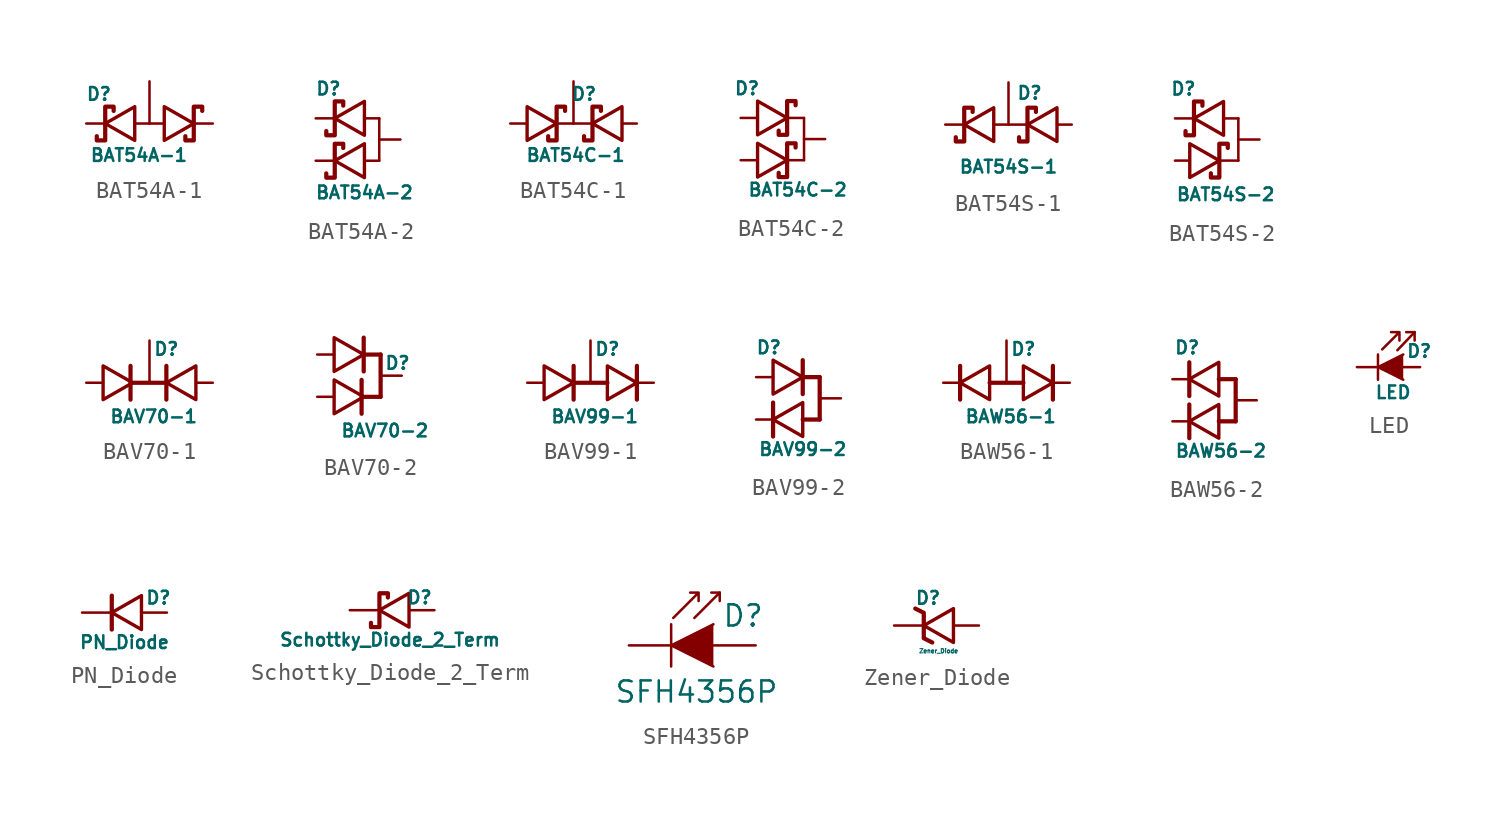
<source format=kicad_sym>
(kicad_symbol_lib
  (version 20200126)
  (host kicad_symbol_editor "(5.99.0-2908-g9a4f92dfd9)")
  (symbol "Bobs_Diodes:BAT54A-1"
    (pin_numbers hide)
    (pin_names hide)
    (property "Reference" "D"
      (at -3.048 1.778 0)
      (effects (font (size 0.762 0.762))))
    (property "Value" "BAT54A-1"
      (at -0.635 -1.905 0)
      (effects (font (size 0.762 0.762))))
    (symbol "BAT54A-1_0_1"
      (polyline (pts (xy -0.889 0) (xy 0.889 0)) (stroke (width 0)) (fill (type none)))
      (polyline (pts (xy -0.889 -1.016) (xy -0.889 1.016) (xy -2.667 0) (xy -0.889 -1.016)) (stroke (width 0.203)) (fill (type none)))
      (polyline (pts (xy -3.175 -0.762) (xy -3.175 -1.016) (xy -2.667 -1.016) (xy -2.667 1.016) (xy -2.159 1.016) (xy -2.159 0.762)) (stroke (width 0.254)) (fill (type none))))
    (symbol "BAT54A-1_1_1"
      (polyline (pts (xy 0.889 1.016) (xy 0.889 -1.016) (xy 2.667 0) (xy 0.889 1.016)) (stroke (width 0.203)) (fill (type none)))
      (polyline (pts (xy 3.175 0.762) (xy 3.175 1.016) (xy 2.667 1.016) (xy 2.667 -1.016) (xy 2.159 -1.016) (xy 2.159 -0.762)) (stroke (width 0.254)) (fill (type none)))
      (pin passive line (at 3.81 0 180) (length 1.016) (name "Cathode" (effects (font (size 0.762 0.762)))) (number "1" (effects (font (size 0.762 0.762)))))
      (pin passive line (at -3.81 0 0) (length 1.016) (name "Cathode" (effects (font (size 0.762 0.762)))) (number "2" (effects (font (size 0.762 0.762)))))
      (pin passive line (at 0 2.54 270) (length 2.54) (name "Common" (effects (font (size 0.762 0.762)))) (number "3" (effects (font (size 0.762 0.762)))))))
  (symbol "Bobs_Diodes:BAT54A-2"
    (pin_numbers hide)
    (pin_names hide)
    (property "Reference" "D"
      (at -3.048 1.778 0)
      (effects (font (size 0.762 0.762))))
    (property "Value" "BAT54A-2"
      (at -0.889 -4.445 0)
      (effects (font (size 0.762 0.762))))
    (symbol "BAT54A-2_0_1"
      (polyline (pts (xy -0.889 0) (xy 0 0)) (stroke (width 0)) (fill (type none)))
      (polyline (pts (xy 0 -2.54) (xy -0.889 -2.54)) (stroke (width 0)) (fill (type none)))
      (polyline (pts (xy 0 0) (xy 0 -2.54)) (stroke (width 0)) (fill (type none)))
      (polyline (pts (xy -0.889 -1.016) (xy -0.889 1.016) (xy -2.667 0) (xy -0.889 -1.016)) (stroke (width 0.203)) (fill (type none)))
      (polyline (pts (xy -3.175 -0.762) (xy -3.175 -1.016) (xy -2.667 -1.016) (xy -2.667 1.016) (xy -2.159 1.016) (xy -2.159 0.762)) (stroke (width 0.254)) (fill (type none))))
    (symbol "BAT54A-2_1_1"
      (polyline (pts (xy -0.889 -3.556) (xy -0.889 -1.524) (xy -2.667 -2.54) (xy -0.889 -3.556)) (stroke (width 0.203)) (fill (type none)))
      (polyline (pts (xy -3.175 -3.302) (xy -3.175 -3.556) (xy -2.667 -3.556) (xy -2.667 -1.524) (xy -2.159 -1.524) (xy -2.159 -1.778)) (stroke (width 0.254)) (fill (type none)))
      (pin passive line (at -3.81 -2.54 0) (length 1.016) (name "Cathode" (effects (font (size 0.762 0.762)))) (number "1" (effects (font (size 0.762 0.762)))))
      (pin passive line (at -3.81 0 0) (length 1.016) (name "Cathode" (effects (font (size 0.762 0.762)))) (number "2" (effects (font (size 0.762 0.762)))))
      (pin passive line (at 1.27 -1.27 180) (length 1.27) (name "Common" (effects (font (size 0.762 0.762)))) (number "3" (effects (font (size 0.762 0.762)))))))
  (symbol "Bobs_Diodes:BAT54C-1"
    (pin_numbers hide)
    (pin_names hide)
    (property "Reference" "D"
      (at 0.635 1.778 0)
      (effects (font (size 0.762 0.762))))
    (property "Value" "BAT54C-1"
      (at 0.127 -1.905 0)
      (effects (font (size 0.762 0.762))))
    (symbol "BAT54C-1_0_1"
      (polyline (pts (xy -0.889 0) (xy 1.143 0)) (stroke (width 0)) (fill (type none)))
      (polyline (pts (xy -2.794 1.016) (xy -2.794 -1.016) (xy -1.016 0) (xy -2.794 1.016)) (stroke (width 0.203)) (fill (type none)))
      (polyline (pts (xy -0.508 0.762) (xy -0.508 1.016) (xy -1.016 1.016) (xy -1.016 -1.016) (xy -1.524 -1.016) (xy -1.524 -0.762)) (stroke (width 0.254)) (fill (type none))))
    (symbol "BAT54C-1_1_1"
      (polyline (pts (xy 2.921 -1.016) (xy 2.921 1.016) (xy 1.143 0) (xy 2.921 -1.016)) (stroke (width 0.203)) (fill (type none)))
      (polyline (pts (xy 0.635 -0.762) (xy 0.635 -1.016) (xy 1.143 -1.016) (xy 1.143 1.016) (xy 1.651 1.016) (xy 1.651 0.762)) (stroke (width 0.254)) (fill (type none)))
      (pin passive line (at 3.81 0 180) (length 0.889) (name "Anode" (effects (font (size 0.762 0.762)))) (number "1" (effects (font (size 0.762 0.762)))))
      (pin passive line (at -3.81 0 0) (length 1.016) (name "Anode" (effects (font (size 0.762 0.762)))) (number "2" (effects (font (size 0.762 0.762)))))
      (pin passive line (at 0 2.54 270) (length 2.54) (name "Common" (effects (font (size 0.762 0.762)))) (number "3" (effects (font (size 0.762 0.762)))))))
  (symbol "Bobs_Diodes:BAT54C-2"
    (pin_numbers hide)
    (pin_names hide)
    (property "Reference" "D"
      (at -3.429 1.778 0)
      (effects (font (size 0.762 0.762))))
    (property "Value" "BAT54C-2"
      (at -0.381 -4.318 0)
      (effects (font (size 0.762 0.762))))
    (symbol "BAT54C-2_0_1"
      (polyline (pts (xy -0.889 -2.54) (xy 0 -2.54)) (stroke (width 0)) (fill (type none)))
      (polyline (pts (xy -0.889 0) (xy 0 0)) (stroke (width 0)) (fill (type none)))
      (polyline (pts (xy 0 -2.54) (xy 0 0)) (stroke (width 0)) (fill (type none)))
      (polyline (pts (xy -2.794 1.016) (xy -2.794 -1.016) (xy -1.016 0) (xy -2.794 1.016)) (stroke (width 0.203)) (fill (type none)))
      (polyline (pts (xy -0.508 0.762) (xy -0.508 1.016) (xy -1.016 1.016) (xy -1.016 -1.016) (xy -1.524 -1.016) (xy -1.524 -0.762)) (stroke (width 0.254)) (fill (type none))))
    (symbol "BAT54C-2_1_1"
      (polyline (pts (xy -2.794 -1.524) (xy -2.794 -3.556) (xy -1.016 -2.54) (xy -2.794 -1.524)) (stroke (width 0.203)) (fill (type none)))
      (polyline (pts (xy -0.508 -1.778) (xy -0.508 -1.524) (xy -1.016 -1.524) (xy -1.016 -3.556) (xy -1.524 -3.556) (xy -1.524 -3.302)) (stroke (width 0.254)) (fill (type none)))
      (pin passive line (at -3.81 -2.54 0) (length 0.889) (name "Anode" (effects (font (size 0.762 0.762)))) (number "1" (effects (font (size 0.762 0.762)))))
      (pin passive line (at -3.81 0 0) (length 1.016) (name "Anode" (effects (font (size 0.762 0.762)))) (number "2" (effects (font (size 0.762 0.762)))))
      (pin passive line (at 1.27 -1.27 180) (length 1.27) (name "Common" (effects (font (size 0.762 0.762)))) (number "3" (effects (font (size 0.762 0.762)))))))
  (symbol "Bobs_Diodes:BAT54S-1"
    (pin_numbers hide)
    (pin_names hide)
    (property "Reference" "D"
      (at 1.27 1.905 0)
      (effects (font (size 0.762 0.762))))
    (property "Value" "BAT54S-1"
      (at 0 -2.54 0)
      (effects (font (size 0.762 0.762))))
    (symbol "BAT54S-1_0_1"
      (polyline (pts (xy -0.889 0) (xy 1.143 0)) (stroke (width 0)) (fill (type none)))
      (polyline (pts (xy -0.889 -1.016) (xy -0.889 1.016) (xy -2.667 0) (xy -0.889 -1.016)) (stroke (width 0.203)) (fill (type none)))
      (polyline (pts (xy -3.175 -0.762) (xy -3.175 -1.016) (xy -2.667 -1.016) (xy -2.667 1.016) (xy -2.159 1.016) (xy -2.159 0.762)) (stroke (width 0.254)) (fill (type none))))
    (symbol "BAT54S-1_1_1"
      (polyline (pts (xy 2.921 -1.016) (xy 2.921 1.016) (xy 1.143 0) (xy 2.921 -1.016)) (stroke (width 0.203)) (fill (type none)))
      (polyline (pts (xy 0.635 -0.762) (xy 0.635 -1.016) (xy 1.143 -1.016) (xy 1.143 1.016) (xy 1.651 1.016) (xy 1.651 0.762)) (stroke (width 0.254)) (fill (type none)))
      (pin passive line (at 3.81 0 180) (length 0.889) (name "Anode" (effects (font (size 0.762 0.762)))) (number "1" (effects (font (size 0.762 0.762)))))
      (pin passive line (at -3.81 0 0) (length 1.016) (name "Cathode" (effects (font (size 0.762 0.762)))) (number "2" (effects (font (size 0.762 0.762)))))
      (pin passive line (at 0 2.54 270) (length 2.54) (name "Common" (effects (font (size 0.762 0.762)))) (number "3" (effects (font (size 0.762 0.762)))))))
  (symbol "Bobs_Diodes:BAT54S-2"
    (pin_numbers hide)
    (pin_names hide)
    (property "Reference" "D"
      (at -3.302 1.778 0)
      (effects (font (size 0.762 0.762))))
    (property "Value" "BAT54S-2"
      (at -0.762 -4.572 0)
      (effects (font (size 0.762 0.762))))
    (symbol "BAT54S-2_0_1"
      (polyline (pts (xy -1.27 -2.54) (xy 0 -2.54)) (stroke (width 0)) (fill (type none)))
      (polyline (pts (xy -0.889 0) (xy 0 0)) (stroke (width 0)) (fill (type none)))
      (polyline (pts (xy 0 -2.54) (xy 0 0)) (stroke (width 0)) (fill (type none)))
      (polyline (pts (xy -0.889 -1.016) (xy -0.889 1.016) (xy -2.667 0) (xy -0.889 -1.016)) (stroke (width 0.203)) (fill (type none)))
      (polyline (pts (xy -3.175 -0.762) (xy -3.175 -1.016) (xy -2.667 -1.016) (xy -2.667 1.016) (xy -2.159 1.016) (xy -2.159 0.762)) (stroke (width 0.254)) (fill (type none))))
    (symbol "BAT54S-2_1_1"
      (polyline (pts (xy -2.921 -1.524) (xy -2.921 -3.556) (xy -1.143 -2.54) (xy -2.921 -1.524)) (stroke (width 0.203)) (fill (type none)))
      (polyline (pts (xy -0.635 -1.778) (xy -0.635 -1.524) (xy -1.143 -1.524) (xy -1.143 -3.556) (xy -1.651 -3.556) (xy -1.651 -3.302)) (stroke (width 0.254)) (fill (type none)))
      (pin passive line (at -3.81 -2.54 0) (length 0.889) (name "Anode" (effects (font (size 0.762 0.762)))) (number "1" (effects (font (size 0.762 0.762)))))
      (pin passive line (at -3.81 0 0) (length 1.016) (name "Cathode" (effects (font (size 0.762 0.762)))) (number "2" (effects (font (size 0.762 0.762)))))
      (pin passive line (at 1.27 -1.27 180) (length 1.27) (name "Common" (effects (font (size 0.762 0.762)))) (number "3" (effects (font (size 0.762 0.762)))))))
  (symbol "Bobs_Diodes:BAV70-1"
    (pin_numbers hide)
    (pin_names hide)
    (property "Reference" "D"
      (at 4.826 2.032 0)
      (effects (font (size 0.762 0.762))))
    (property "Value" "BAV70-1"
      (at 4.064 -2.032 0)
      (effects (font (size 0.762 0.762))))
    (symbol "BAV70-1_0_1"
      (polyline (pts (xy 2.794 0) (xy 4.826 0)) (stroke (width 0.254)) (fill (type none)))
      (polyline (pts (xy 4.826 -1.016) (xy 4.826 1.016)) (stroke (width 0.254)) (fill (type none)))
      (polyline (pts (xy 1.016 -1.016) (xy 1.016 1.016) (xy 2.794 0) (xy 1.016 -1.016)) (stroke (width 0.203)) (fill (type none))))
    (symbol "BAV70-1_1_1"
      (polyline (pts (xy 2.667 -1.016) (xy 2.667 1.016)) (stroke (width 0.254)) (fill (type none)))
      (polyline (pts (xy 6.604 -1.016) (xy 6.604 1.016) (xy 4.826 0) (xy 6.604 -1.016)) (stroke (width 0.203)) (fill (type none)))
      (pin passive line (at 0 0 0) (length 1.016) (name "Anode" (effects (font (size 0.762 0.762)))) (number "1" (effects (font (size 0.762 0.762)))))
      (pin passive line (at 7.62 0 180) (length 1.016) (name "Anode" (effects (font (size 0.762 0.762)))) (number "2" (effects (font (size 0.762 0.762)))))
      (pin passive line (at 3.81 2.54 270) (length 2.54) (name "Common" (effects (font (size 0.762 0.762)))) (number "3" (effects (font (size 0.762 0.762)))))))
  (symbol "Bobs_Diodes:BAV70-2"
    (pin_numbers hide)
    (pin_names hide)
    (property "Reference" "D"
      (at 4.826 2.032 0)
      (effects (font (size 0.762 0.762))))
    (property "Value" "BAV70-2"
      (at 4.064 -2.032 0)
      (effects (font (size 0.762 0.762))))
    (symbol "BAV70-2_0_1"
      (polyline (pts (xy 2.794 0) (xy 3.81 0)) (stroke (width 0.254)) (fill (type none)))
      (polyline (pts (xy 2.794 2.54) (xy 3.81 2.54)) (stroke (width 0.254)) (fill (type none)))
      (polyline (pts (xy 2.794 3.556) (xy 2.794 1.524)) (stroke (width 0.254)) (fill (type none)))
      (polyline (pts (xy 3.81 0) (xy 3.81 2.54)) (stroke (width 0.254)) (fill (type none)))
      (polyline (pts (xy 1.016 -1.016) (xy 1.016 1.016) (xy 2.794 0) (xy 1.016 -1.016)) (stroke (width 0.203)) (fill (type none))))
    (symbol "BAV70-2_1_1"
      (polyline (pts (xy 2.667 -1.016) (xy 2.667 1.016)) (stroke (width 0.254)) (fill (type none)))
      (polyline (pts (xy 1.016 3.556) (xy 1.016 1.524) (xy 2.794 2.54) (xy 1.016 3.556)) (stroke (width 0.203)) (fill (type none)))
      (pin passive line (at 0 0 0) (length 1.016) (name "Anode" (effects (font (size 0.762 0.762)))) (number "1" (effects (font (size 0.762 0.762)))))
      (pin passive line (at 0 2.54 0) (length 1.016) (name "Anode" (effects (font (size 0.762 0.762)))) (number "2" (effects (font (size 0.762 0.762)))))
      (pin passive line (at 5.08 1.27 180) (length 1.27) (name "Common" (effects (font (size 0.762 0.762)))) (number "3" (effects (font (size 0.762 0.762)))))))
  (symbol "Bobs_Diodes:BAV99-1"
    (pin_numbers hide)
    (pin_names hide)
    (property "Reference" "D"
      (at 4.826 2.032 0)
      (effects (font (size 0.762 0.762))))
    (property "Value" "BAV99-1"
      (at 4.064 -2.032 0)
      (effects (font (size 0.762 0.762))))
    (symbol "BAV99-1_0_1"
      (polyline (pts (xy 2.794 0) (xy 4.826 0)) (stroke (width 0.254)) (fill (type none)))
      (polyline (pts (xy 6.604 -1.016) (xy 6.604 1.016)) (stroke (width 0.254)) (fill (type none)))
      (polyline (pts (xy 4.826 -1.016) (xy 4.826 1.016) (xy 6.604 0) (xy 4.826 -1.016)) (stroke (width 0.203)) (fill (type none))))
    (symbol "BAV99-1_1_1"
      (polyline (pts (xy 2.794 -1.016) (xy 2.794 1.016)) (stroke (width 0.254)) (fill (type none)))
      (polyline (pts (xy 1.016 -1.016) (xy 1.016 1.016) (xy 2.794 0) (xy 1.016 -1.016)) (stroke (width 0.203)) (fill (type none)))
      (pin passive line (at 0 0 0) (length 1.016) (name "Anode" (effects (font (size 0.762 0.762)))) (number "1" (effects (font (size 0.762 0.762)))))
      (pin passive line (at 7.62 0 180) (length 1.016) (name "Cathode" (effects (font (size 0.762 0.762)))) (number "2" (effects (font (size 0.762 0.762)))))
      (pin passive line (at 3.81 2.54 270) (length 2.54) (name "Common" (effects (font (size 0.762 0.762)))) (number "3" (effects (font (size 0.762 0.762)))))))
  (symbol "Bobs_Diodes:BAV99-2"
    (pin_numbers hide)
    (pin_names hide)
    (property "Reference" "D"
      (at 0.762 1.778 0)
      (effects (font (size 0.762 0.762))))
    (property "Value" "BAV99-2"
      (at 2.794 -4.318 0)
      (effects (font (size 0.762 0.762))))
    (symbol "BAV99-2_0_1"
      (polyline (pts (xy 1.016 -1.524) (xy 1.016 -3.556)) (stroke (width 0.254)) (fill (type none)))
      (polyline (pts (xy 2.794 0) (xy 3.81 0)) (stroke (width 0.254)) (fill (type none)))
      (polyline (pts (xy 3.81 -2.54) (xy 2.794 -2.54)) (stroke (width 0.254)) (fill (type none)))
      (polyline (pts (xy 3.81 -2.54) (xy 3.81 0)) (stroke (width 0.254)) (fill (type none)))
      (polyline (pts (xy 2.794 -1.524) (xy 2.794 -3.556) (xy 1.016 -2.54) (xy 2.794 -1.524)) (stroke (width 0.203)) (fill (type none))))
    (symbol "BAV99-2_1_1"
      (polyline (pts (xy 2.794 -1.016) (xy 2.794 1.016)) (stroke (width 0.254)) (fill (type none)))
      (polyline (pts (xy 1.016 -1.016) (xy 1.016 1.016) (xy 2.794 0) (xy 1.016 -1.016)) (stroke (width 0.203)) (fill (type none)))
      (pin passive line (at 0 0 0) (length 1.016) (name "Anode" (effects (font (size 0.762 0.762)))) (number "1" (effects (font (size 0.762 0.762)))))
      (pin passive line (at 0 -2.54 0) (length 1.016) (name "Cathode" (effects (font (size 0.762 0.762)))) (number "2" (effects (font (size 0.762 0.762)))))
      (pin passive line (at 5.08 -1.27 180) (length 1.27) (name "Common" (effects (font (size 0.762 0.762)))) (number "3" (effects (font (size 0.762 0.762)))))))
  (symbol "Bobs_Diodes:BAW56-1"
    (pin_numbers hide)
    (pin_names hide)
    (property "Reference" "D"
      (at 4.826 2.032 0)
      (effects (font (size 0.762 0.762))))
    (property "Value" "BAW56-1"
      (at 4.064 -2.032 0)
      (effects (font (size 0.762 0.762))))
    (symbol "BAW56-1_0_1"
      (polyline (pts (xy 2.794 0) (xy 4.826 0)) (stroke (width 0.254)) (fill (type none)))
      (polyline (pts (xy 6.604 -1.016) (xy 6.604 1.016)) (stroke (width 0.254)) (fill (type none)))
      (polyline (pts (xy 4.826 -1.016) (xy 4.826 1.016) (xy 6.604 0) (xy 4.826 -1.016)) (stroke (width 0.203)) (fill (type none))))
    (symbol "BAW56-1_1_1"
      (polyline (pts (xy 1.016 -1.016) (xy 1.016 1.016)) (stroke (width 0.254)) (fill (type none)))
      (polyline (pts (xy 2.794 -1.016) (xy 2.794 1.016) (xy 1.016 0) (xy 2.794 -1.016)) (stroke (width 0.203)) (fill (type none)))
      (pin passive line (at 0 0 0) (length 1.016) (name "Cathode" (effects (font (size 0.762 0.762)))) (number "1" (effects (font (size 0.762 0.762)))))
      (pin passive line (at 7.62 0 180) (length 1.016) (name "Cathode" (effects (font (size 0.762 0.762)))) (number "2" (effects (font (size 0.762 0.762)))))
      (pin passive line (at 3.81 2.54 270) (length 2.54) (name "Common" (effects (font (size 0.762 0.762)))) (number "3" (effects (font (size 0.762 0.762)))))))
  (symbol "Bobs_Diodes:BAW56-2"
    (pin_numbers hide)
    (pin_names hide)
    (property "Reference" "D"
      (at 0.889 1.905 0)
      (effects (font (size 0.762 0.762))))
    (property "Value" "BAW56-2"
      (at 2.921 -4.318 0)
      (effects (font (size 0.762 0.762))))
    (symbol "BAW56-2_0_1"
      (polyline (pts (xy 1.016 -1.524) (xy 1.016 -3.556)) (stroke (width 0.254)) (fill (type none)))
      (polyline (pts (xy 2.794 0) (xy 3.81 0)) (stroke (width 0.254)) (fill (type none)))
      (polyline (pts (xy 3.81 -2.54) (xy 2.794 -2.54)) (stroke (width 0.254)) (fill (type none)))
      (polyline (pts (xy 3.81 0) (xy 3.81 -2.54)) (stroke (width 0.254)) (fill (type none)))
      (polyline (pts (xy 2.794 -1.524) (xy 2.794 -3.556) (xy 1.016 -2.54) (xy 2.794 -1.524)) (stroke (width 0.203)) (fill (type none))))
    (symbol "BAW56-2_1_1"
      (polyline (pts (xy 1.016 -1.016) (xy 1.016 1.016)) (stroke (width 0.254)) (fill (type none)))
      (polyline (pts (xy 2.794 -1.016) (xy 2.794 1.016) (xy 1.016 0) (xy 2.794 -1.016)) (stroke (width 0.203)) (fill (type none)))
      (pin passive line (at 0 0 0) (length 1.016) (name "Cathode" (effects (font (size 0.762 0.762)))) (number "1" (effects (font (size 0.762 0.762)))))
      (pin passive line (at 0 -2.54 0) (length 1.016) (name "Cathode" (effects (font (size 0.762 0.762)))) (number "2" (effects (font (size 0.762 0.762)))))
      (pin passive line (at 5.08 -1.27 180) (length 1.27) (name "Common" (effects (font (size 0.762 0.762)))) (number "3" (effects (font (size 0.762 0.762)))))))
  (symbol "Bobs_Diodes:LED"
    (pin_numbers hide)
    (pin_names hide)
    (property "Reference" "D"
      (at 0.406 0.965 0)
      (effects (font (size 0.762 0.762)) (justify left)))
    (property "Value" "LED"
      (at -0.356 -1.524 0)
      (effects (font (size 0.762 0.762))))
    (symbol "LED_0_1"
      (polyline (pts (xy -1.27 0.762) (xy -1.27 -0.762)) (stroke (width 0.152)) (fill (type none)))
      (polyline (pts (xy 0.94 2.108) (xy 0.432 2.108)) (stroke (width 0)) (fill (type none)))
      (polyline (pts (xy -0.102 1.016) (xy 0.94 2.108) (xy 0.94 1.6)) (stroke (width 0)) (fill (type none)))
      (polyline (pts (xy 0.254 0.762) (xy -1.27 0) (xy 0.254 -0.762)) (stroke (width 0)) (fill (type outline)))
      (polyline (pts (xy -1.016 1.067) (xy 0.025 2.108) (xy 0.025 1.6) (xy 0.025 2.108) (xy -0.483 2.108)) (stroke (width 0)) (fill (type none))))
    (symbol "LED_1_1"
      (pin passive line (at -2.54 0 0) (length 1.27) (name "K" (effects (font (size 1.27 1.27)))) (number "1" (effects (font (size 1.27 1.27)))))
      (pin passive line (at 1.27 0 180) (length 1.27) (name "A" (effects (font (size 0.762 0.762)))) (number "2" (effects (font (size 0.762 0.762)))))))
  (symbol "Bobs_Diodes:PN_Diode"
    (pin_numbers hide)
    (pin_names hide)
    (property "Reference" "D"
      (at 2.032 0.889 0)
      (effects (font (size 0.762 0.762))))
    (property "Value" "PN_Diode"
      (at 0 -1.778 0)
      (effects (font (size 0.762 0.762))))
    (symbol "PN_Diode_0_1"
      (polyline (pts (xy -0.762 1.016) (xy -0.762 -1.016)) (stroke (width 0.254)) (fill (type none)))
      (polyline (pts (xy 1.016 -1.016) (xy 1.016 1.016) (xy -0.762 0) (xy 1.016 -1.016)) (stroke (width 0.203)) (fill (type none))))
    (symbol "PN_Diode_1_1"
      (pin passive line (at -2.54 0 0) (length 1.778) (name "Cathode" (effects (font (size 0.762 0.762)))) (number "1" (effects (font (size 0.762 0.762)))))
      (pin passive line (at 2.54 0 180) (length 1.524) (name "Anode" (effects (font (size 0.762 0.762)))) (number "2" (effects (font (size 0.762 0.762)))))))
  (symbol "Bobs_Diodes:Schottky_Diode_2_Term"
    (pin_numbers hide)
    (pin_names hide)
    (property "Reference" "D"
      (at 1.651 0.762 0)
      (effects (font (size 0.762 0.762))))
    (property "Value" "Schottky_Diode_2_Term"
      (at -0.127 -1.778 0)
      (effects (font (size 0.762 0.762))))
    (symbol "Schottky_Diode_2_Term_0_1"
      (polyline (pts (xy 1.016 -1.016) (xy 1.016 1.016) (xy -0.762 0) (xy 1.016 -1.016)) (stroke (width 0.203)) (fill (type none)))
      (polyline (pts (xy -1.27 -0.762) (xy -1.27 -1.016) (xy -0.762 -1.016) (xy -0.762 1.016) (xy -0.254 1.016) (xy -0.254 0.762)) (stroke (width 0.254)) (fill (type none))))
    (symbol "Schottky_Diode_2_Term_1_1"
      (pin passive line (at -2.54 0 0) (length 1.778) (name "Cathode" (effects (font (size 0.762 0.762)))) (number "1" (effects (font (size 0.762 0.762)))))
      (pin passive line (at 2.54 0 180) (length 1.524) (name "Anode" (effects (font (size 0.762 0.762)))) (number "2" (effects (font (size 0.762 0.762)))))))
  (symbol "Bobs_Diodes:SFH4356P"
    (pin_numbers hide)
    (pin_names hide)
    (property "Reference" "D"
      (at 0.508 1.778 0)
      (effects (font (size 1.27 1.27)) (justify left)))
    (property "Value" "SFH4356P"
      (at -1.016 -2.794 0)
      (effects (font (size 1.27 1.27))))
    (symbol "SFH4356P_0_1"
      (polyline (pts (xy -2.54 1.27) (xy -2.54 -1.27)) (stroke (width 0.152)) (fill (type none)))
      (polyline (pts (xy 0.381 3.175) (xy -0.127 3.175)) (stroke (width 0)) (fill (type none)))
      (polyline (pts (xy -1.143 1.651) (xy 0.381 3.175) (xy 0.381 2.667)) (stroke (width 0)) (fill (type none)))
      (polyline (pts (xy 0 1.27) (xy -2.54 0) (xy 0 -1.27)) (stroke (width 0)) (fill (type outline)))
      (polyline (pts (xy -2.413 1.651) (xy -0.889 3.175) (xy -0.889 2.667) (xy -0.889 3.175) (xy -1.397 3.175)) (stroke (width 0)) (fill (type none))))
    (symbol "SFH4356P_1_1"
      (pin passive line (at -5.08 0 0) (length 2.54) (name "K" (effects (font (size 1.27 1.27)))) (number "1" (effects (font (size 1.27 1.27)))))
      (pin passive line (at 2.54 0 180) (length 2.54) (name "A" (effects (font (size 1.27 1.27)))) (number "2" (effects (font (size 1.27 1.27)))))))
  (symbol "Bobs_Diodes:Zener_Diode"
    (pin_numbers hide)
    (pin_names hide)
    (property "Reference" "D"
      (at -0.508 1.651 0)
      (effects (font (size 0.762 0.762))))
    (property "Value" "Zener_Diode"
      (at 0.127 -1.524 0)
      (effects (font (size 0.254 0.254))))
    (symbol "Zener_Diode_0_1"
      (polyline (pts (xy -1.27 1.016) (xy -0.762 0.762) (xy -0.762 -0.762) (xy -0.254 -1.016)) (stroke (width 0.254)) (fill (type none)))
      (polyline (pts (xy 1.016 -1.016) (xy 1.016 1.016) (xy -0.762 0) (xy 1.016 -1.016)) (stroke (width 0.203)) (fill (type none))))
    (symbol "Zener_Diode_1_1"
      (pin passive line (at -2.54 0 0) (length 1.778) (name "Cathode" (effects (font (size 0.762 0.762)))) (number "1" (effects (font (size 0.762 0.762)))))
      (pin passive line (at 2.54 0 180) (length 1.524) (name "Anode" (effects (font (size 0.762 0.762)))) (number "2" (effects (font (size 0.762 0.762))))))))
</source>
